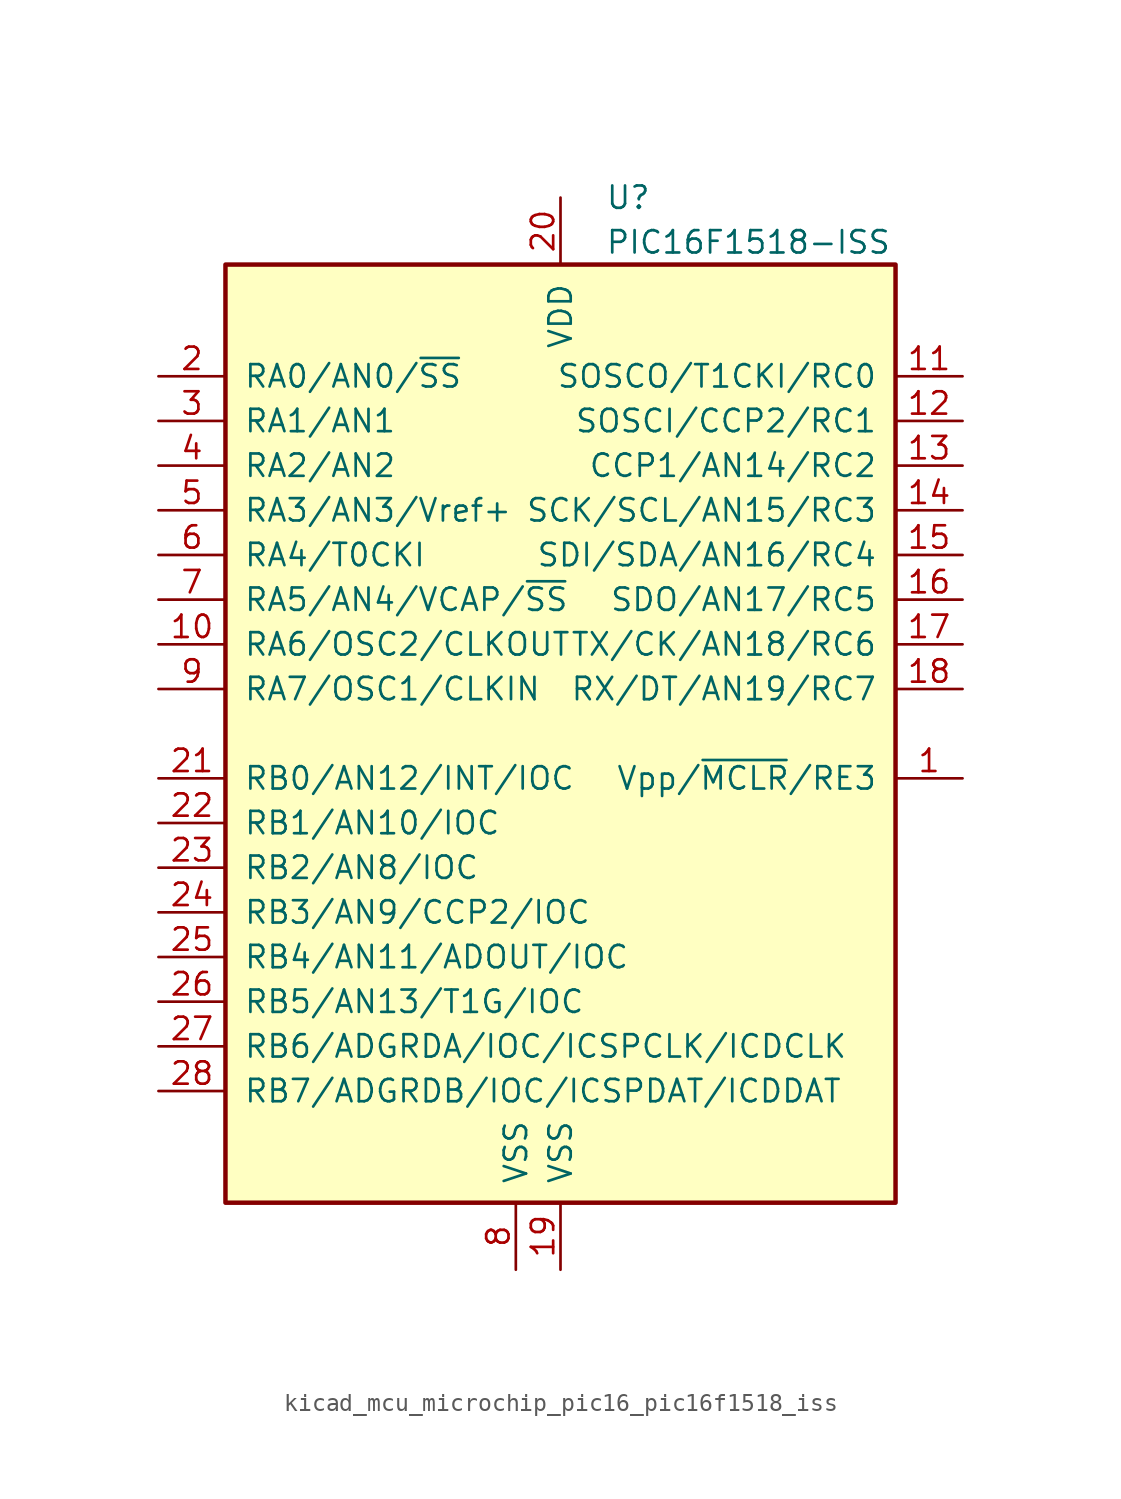
<source format=kicad_sym>
(kicad_symbol_lib
  (version 20220914)
  (generator kicad_symbol_editor)
  (symbol "kicad_mcu_microchip_pic16_pic16f1518_iss"
    (pin_names
      (offset 1.016))
    (property "Reference" "U"
      (at 2.54 30.48 0)
      (effects (font (size 1.27 1.27)) (justify left)))
    (property "Value" "PIC16F1518-ISS"
      (at 2.54 27.94 0)
      (effects (font (size 1.27 1.27)) (justify left)))
    (symbol "kicad_mcu_microchip_pic16_pic16f1518_iss_0_1"
      (rectangle (start -19.05 26.67) (end 19.05 -26.67) (stroke (width 0.254) (type default)) (fill (type background))))
    (symbol "kicad_mcu_microchip_pic16_pic16f1518_iss_1_1"
      (pin input line (at 22.86 -2.54 180) (length 3.81) (name "Vpp/~{MCLR}/RE3" (effects (font (size 1.27 1.27)))) (number "1" (effects (font (size 1.27 1.27)))))
      (pin bidirectional line (at -22.86 5.08 0) (length 3.81) (name "RA6/OSC2/CLKOUT" (effects (font (size 1.27 1.27)))) (number "10" (effects (font (size 1.27 1.27)))))
      (pin bidirectional line (at 22.86 20.32 180) (length 3.81) (name "SOSCO/T1CKI/RC0" (effects (font (size 1.27 1.27)))) (number "11" (effects (font (size 1.27 1.27)))))
      (pin bidirectional line (at 22.86 17.78 180) (length 3.81) (name "SOSCI/CCP2/RC1" (effects (font (size 1.27 1.27)))) (number "12" (effects (font (size 1.27 1.27)))))
      (pin bidirectional line (at 22.86 15.24 180) (length 3.81) (name "CCP1/AN14/RC2" (effects (font (size 1.27 1.27)))) (number "13" (effects (font (size 1.27 1.27)))))
      (pin bidirectional line (at 22.86 12.7 180) (length 3.81) (name "SCK/SCL/AN15/RC3" (effects (font (size 1.27 1.27)))) (number "14" (effects (font (size 1.27 1.27)))))
      (pin bidirectional line (at 22.86 10.16 180) (length 3.81) (name "SDI/SDA/AN16/RC4" (effects (font (size 1.27 1.27)))) (number "15" (effects (font (size 1.27 1.27)))))
      (pin bidirectional line (at 22.86 7.62 180) (length 3.81) (name "SDO/AN17/RC5" (effects (font (size 1.27 1.27)))) (number "16" (effects (font (size 1.27 1.27)))))
      (pin bidirectional line (at 22.86 5.08 180) (length 3.81) (name "TX/CK/AN18/RC6" (effects (font (size 1.27 1.27)))) (number "17" (effects (font (size 1.27 1.27)))))
      (pin bidirectional line (at 22.86 2.54 180) (length 3.81) (name "RX/DT/AN19/RC7" (effects (font (size 1.27 1.27)))) (number "18" (effects (font (size 1.27 1.27)))))
      (pin power_in line (at 0 -30.48 90) (length 3.81) (name "VSS" (effects (font (size 1.27 1.27)))) (number "19" (effects (font (size 1.27 1.27)))))
      (pin bidirectional line (at -22.86 20.32 0) (length 3.81) (name "RA0/AN0/~{SS}" (effects (font (size 1.27 1.27)))) (number "2" (effects (font (size 1.27 1.27)))))
      (pin power_in line (at 0 30.48 270) (length 3.81) (name "VDD" (effects (font (size 1.27 1.27)))) (number "20" (effects (font (size 1.27 1.27)))))
      (pin bidirectional line (at -22.86 -2.54 0) (length 3.81) (name "RB0/AN12/INT/IOC" (effects (font (size 1.27 1.27)))) (number "21" (effects (font (size 1.27 1.27)))))
      (pin bidirectional line (at -22.86 -5.08 0) (length 3.81) (name "RB1/AN10/IOC" (effects (font (size 1.27 1.27)))) (number "22" (effects (font (size 1.27 1.27)))))
      (pin bidirectional line (at -22.86 -7.62 0) (length 3.81) (name "RB2/AN8/IOC" (effects (font (size 1.27 1.27)))) (number "23" (effects (font (size 1.27 1.27)))))
      (pin bidirectional line (at -22.86 -10.16 0) (length 3.81) (name "RB3/AN9/CCP2/IOC" (effects (font (size 1.27 1.27)))) (number "24" (effects (font (size 1.27 1.27)))))
      (pin bidirectional line (at -22.86 -12.7 0) (length 3.81) (name "RB4/AN11/ADOUT/IOC" (effects (font (size 1.27 1.27)))) (number "25" (effects (font (size 1.27 1.27)))))
      (pin bidirectional line (at -22.86 -15.24 0) (length 3.81) (name "RB5/AN13/T1G/IOC" (effects (font (size 1.27 1.27)))) (number "26" (effects (font (size 1.27 1.27)))))
      (pin bidirectional line (at -22.86 -17.78 0) (length 3.81) (name "RB6/ADGRDA/IOC/ICSPCLK/ICDCLK" (effects (font (size 1.27 1.27)))) (number "27" (effects (font (size 1.27 1.27)))))
      (pin bidirectional line (at -22.86 -20.32 0) (length 3.81) (name "RB7/ADGRDB/IOC/ICSPDAT/ICDDAT" (effects (font (size 1.27 1.27)))) (number "28" (effects (font (size 1.27 1.27)))))
      (pin bidirectional line (at -22.86 17.78 0) (length 3.81) (name "RA1/AN1" (effects (font (size 1.27 1.27)))) (number "3" (effects (font (size 1.27 1.27)))))
      (pin bidirectional line (at -22.86 15.24 0) (length 3.81) (name "RA2/AN2" (effects (font (size 1.27 1.27)))) (number "4" (effects (font (size 1.27 1.27)))))
      (pin bidirectional line (at -22.86 12.7 0) (length 3.81) (name "RA3/AN3/Vref+" (effects (font (size 1.27 1.27)))) (number "5" (effects (font (size 1.27 1.27)))))
      (pin bidirectional line (at -22.86 10.16 0) (length 3.81) (name "RA4/T0CKI" (effects (font (size 1.27 1.27)))) (number "6" (effects (font (size 1.27 1.27)))))
      (pin bidirectional line (at -22.86 7.62 0) (length 3.81) (name "RA5/AN4/VCAP/~{SS}" (effects (font (size 1.27 1.27)))) (number "7" (effects (font (size 1.27 1.27)))))
      (pin power_in line (at -2.54 -30.48 90) (length 3.81) (name "VSS" (effects (font (size 1.27 1.27)))) (number "8" (effects (font (size 1.27 1.27)))))
      (pin bidirectional line (at -22.86 2.54 0) (length 3.81) (name "RA7/OSC1/CLKIN" (effects (font (size 1.27 1.27)))) (number "9" (effects (font (size 1.27 1.27))))))))
</source>
